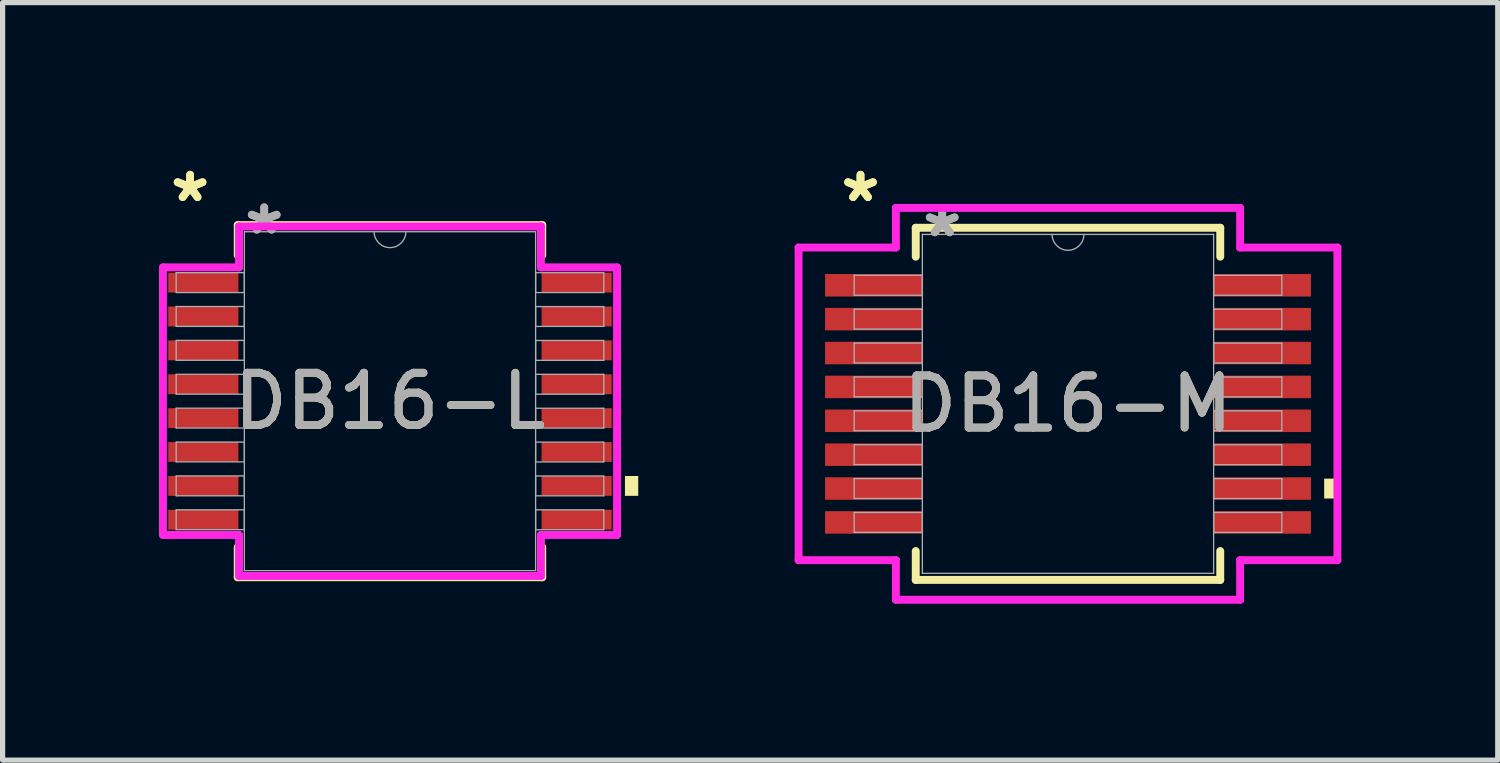
<source format=kicad_pcb>
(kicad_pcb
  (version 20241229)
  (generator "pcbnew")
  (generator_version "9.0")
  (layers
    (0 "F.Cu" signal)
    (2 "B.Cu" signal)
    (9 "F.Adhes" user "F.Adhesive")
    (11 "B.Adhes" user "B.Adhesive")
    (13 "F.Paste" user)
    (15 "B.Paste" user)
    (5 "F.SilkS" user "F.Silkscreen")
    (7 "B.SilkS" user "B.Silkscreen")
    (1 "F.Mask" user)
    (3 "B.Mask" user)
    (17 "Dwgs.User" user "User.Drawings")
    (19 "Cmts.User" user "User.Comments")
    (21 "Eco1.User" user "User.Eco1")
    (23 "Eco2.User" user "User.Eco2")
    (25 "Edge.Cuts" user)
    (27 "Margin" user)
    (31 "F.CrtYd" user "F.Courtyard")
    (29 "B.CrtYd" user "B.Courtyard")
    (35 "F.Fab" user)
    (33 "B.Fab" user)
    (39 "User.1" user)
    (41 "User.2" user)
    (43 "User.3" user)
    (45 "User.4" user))
  (footprint "DB16-L"
    (layer "F.Cu")
    (at 4.432 4.647)
    (property "Reference" "DB16-L" (at 0 0 0) (unlocked yes) (layer "F.SilkS") (effects (font (size 1 1) (thickness 0.15))))
    (attr smd)
    (fp_line (start -2.921 -3.378) (end -2.921 -2.798) (stroke (width 0.152) (type solid)) (layer "F.SilkS"))
    (fp_line (start -2.921 2.798) (end -2.921 3.378) (stroke (width 0.152) (type solid)) (layer "F.SilkS"))
    (fp_line (start -2.921 3.378) (end 2.921 3.378) (stroke (width 0.152) (type solid)) (layer "F.SilkS"))
    (fp_line (start 2.921 -3.378) (end -2.921 -3.378) (stroke (width 0.152) (type solid)) (layer "F.SilkS"))
    (fp_line (start 2.921 -2.798) (end 2.921 -3.378) (stroke (width 0.152) (type solid)) (layer "F.SilkS"))
    (fp_line (start 2.921 3.378) (end 2.921 2.798) (stroke (width 0.152) (type solid)) (layer "F.SilkS"))
    (fp_poly (pts (xy 4.763 1.435) (xy 4.763 1.816) (xy 4.508 1.816) (xy 4.508 1.435)) (stroke (width 0) (type solid)) (fill yes) (layer "F.SilkS"))
    (fp_line (start -4.356 -2.567) (end -2.896 -2.567) (stroke (width 0.152) (type solid)) (layer "F.CrtYd"))
    (fp_line (start -4.356 2.567) (end -4.356 -2.567) (stroke (width 0.152) (type solid)) (layer "F.CrtYd"))
    (fp_line (start -4.356 2.567) (end -2.896 2.567) (stroke (width 0.152) (type solid)) (layer "F.CrtYd"))
    (fp_line (start -2.896 -3.353) (end 2.896 -3.353) (stroke (width 0.152) (type solid)) (layer "F.CrtYd"))
    (fp_line (start -2.896 -2.567) (end -2.896 -3.353) (stroke (width 0.152) (type solid)) (layer "F.CrtYd"))
    (fp_line (start -2.896 3.353) (end -2.896 2.567) (stroke (width 0.152) (type solid)) (layer "F.CrtYd"))
    (fp_line (start 2.896 -3.353) (end 2.896 -2.567) (stroke (width 0.152) (type solid)) (layer "F.CrtYd"))
    (fp_line (start 2.896 2.567) (end 2.896 3.353) (stroke (width 0.152) (type solid)) (layer "F.CrtYd"))
    (fp_line (start 2.896 3.353) (end -2.896 3.353) (stroke (width 0.152) (type solid)) (layer "F.CrtYd"))
    (fp_line (start 4.356 -2.567) (end 2.896 -2.567) (stroke (width 0.152) (type solid)) (layer "F.CrtYd"))
    (fp_line (start 4.356 -2.567) (end 4.356 2.567) (stroke (width 0.152) (type solid)) (layer "F.CrtYd"))
    (fp_line (start 4.356 2.567) (end 2.896 2.567) (stroke (width 0.152) (type solid)) (layer "F.CrtYd"))
    (fp_line (start -4.102 -2.466) (end -4.102 -2.084) (stroke (width 0.025) (type solid)) (layer "F.Fab"))
    (fp_line (start -4.102 -2.084) (end -2.794 -2.084) (stroke (width 0.025) (type solid)) (layer "F.Fab"))
    (fp_line (start -4.102 -1.816) (end -4.102 -1.435) (stroke (width 0.025) (type solid)) (layer "F.Fab"))
    (fp_line (start -4.102 -1.435) (end -2.794 -1.435) (stroke (width 0.025) (type solid)) (layer "F.Fab"))
    (fp_line (start -4.102 -1.166) (end -4.102 -0.785) (stroke (width 0.025) (type solid)) (layer "F.Fab"))
    (fp_line (start -4.102 -0.785) (end -2.794 -0.785) (stroke (width 0.025) (type solid)) (layer "F.Fab"))
    (fp_line (start -4.102 -0.516) (end -4.102 -0.135) (stroke (width 0.025) (type solid)) (layer "F.Fab"))
    (fp_line (start -4.102 -0.135) (end -2.794 -0.135) (stroke (width 0.025) (type solid)) (layer "F.Fab"))
    (fp_line (start -4.102 0.134) (end -4.102 0.515) (stroke (width 0.025) (type solid)) (layer "F.Fab"))
    (fp_line (start -4.102 0.515) (end -2.794 0.515) (stroke (width 0.025) (type solid)) (layer "F.Fab"))
    (fp_line (start -4.102 0.784) (end -4.102 1.165) (stroke (width 0.025) (type solid)) (layer "F.Fab"))
    (fp_line (start -4.102 1.165) (end -2.794 1.165) (stroke (width 0.025) (type solid)) (layer "F.Fab"))
    (fp_line (start -4.102 1.434) (end -4.102 1.815) (stroke (width 0.025) (type solid)) (layer "F.Fab"))
    (fp_line (start -4.102 1.815) (end -2.794 1.815) (stroke (width 0.025) (type solid)) (layer "F.Fab"))
    (fp_line (start -4.102 2.084) (end -4.102 2.465) (stroke (width 0.025) (type solid)) (layer "F.Fab"))
    (fp_line (start -4.102 2.465) (end -2.794 2.465) (stroke (width 0.025) (type solid)) (layer "F.Fab"))
    (fp_line (start -2.794 -3.251) (end -2.794 3.251) (stroke (width 0.025) (type solid)) (layer "F.Fab"))
    (fp_line (start -2.794 -2.466) (end -4.102 -2.466) (stroke (width 0.025) (type solid)) (layer "F.Fab"))
    (fp_line (start -2.794 -2.084) (end -2.794 -2.466) (stroke (width 0.025) (type solid)) (layer "F.Fab"))
    (fp_line (start -2.794 -1.816) (end -4.102 -1.816) (stroke (width 0.025) (type solid)) (layer "F.Fab"))
    (fp_line (start -2.794 -1.435) (end -2.794 -1.816) (stroke (width 0.025) (type solid)) (layer "F.Fab"))
    (fp_line (start -2.794 -1.166) (end -4.102 -1.166) (stroke (width 0.025) (type solid)) (layer "F.Fab"))
    (fp_line (start -2.794 -0.785) (end -2.794 -1.166) (stroke (width 0.025) (type solid)) (layer "F.Fab"))
    (fp_line (start -2.794 -0.516) (end -4.102 -0.516) (stroke (width 0.025) (type solid)) (layer "F.Fab"))
    (fp_line (start -2.794 -0.135) (end -2.794 -0.516) (stroke (width 0.025) (type solid)) (layer "F.Fab"))
    (fp_line (start -2.794 0.134) (end -4.102 0.134) (stroke (width 0.025) (type solid)) (layer "F.Fab"))
    (fp_line (start -2.794 0.515) (end -2.794 0.134) (stroke (width 0.025) (type solid)) (layer "F.Fab"))
    (fp_line (start -2.794 0.784) (end -4.102 0.784) (stroke (width 0.025) (type solid)) (layer "F.Fab"))
    (fp_line (start -2.794 1.165) (end -2.794 0.784) (stroke (width 0.025) (type solid)) (layer "F.Fab"))
    (fp_line (start -2.794 1.434) (end -4.102 1.434) (stroke (width 0.025) (type solid)) (layer "F.Fab"))
    (fp_line (start -2.794 1.815) (end -2.794 1.434) (stroke (width 0.025) (type solid)) (layer "F.Fab"))
    (fp_line (start -2.794 2.084) (end -4.102 2.084) (stroke (width 0.025) (type solid)) (layer "F.Fab"))
    (fp_line (start -2.794 2.465) (end -2.794 2.084) (stroke (width 0.025) (type solid)) (layer "F.Fab"))
    (fp_line (start -2.794 3.251) (end 2.794 3.251) (stroke (width 0.025) (type solid)) (layer "F.Fab"))
    (fp_line (start 2.794 -3.251) (end -2.794 -3.251) (stroke (width 0.025) (type solid)) (layer "F.Fab"))
    (fp_line (start 2.794 -2.465) (end 2.794 -2.084) (stroke (width 0.025) (type solid)) (layer "F.Fab"))
    (fp_line (start 2.794 -2.084) (end 4.102 -2.084) (stroke (width 0.025) (type solid)) (layer "F.Fab"))
    (fp_line (start 2.794 -1.815) (end 2.794 -1.434) (stroke (width 0.025) (type solid)) (layer "F.Fab"))
    (fp_line (start 2.794 -1.434) (end 4.102 -1.434) (stroke (width 0.025) (type solid)) (layer "F.Fab"))
    (fp_line (start 2.794 -1.165) (end 2.794 -0.784) (stroke (width 0.025) (type solid)) (layer "F.Fab"))
    (fp_line (start 2.794 -0.784) (end 4.102 -0.784) (stroke (width 0.025) (type solid)) (layer "F.Fab"))
    (fp_line (start 2.794 -0.515) (end 2.794 -0.134) (stroke (width 0.025) (type solid)) (layer "F.Fab"))
    (fp_line (start 2.794 -0.134) (end 4.102 -0.134) (stroke (width 0.025) (type solid)) (layer "F.Fab"))
    (fp_line (start 2.794 0.135) (end 2.794 0.516) (stroke (width 0.025) (type solid)) (layer "F.Fab"))
    (fp_line (start 2.794 0.516) (end 4.102 0.516) (stroke (width 0.025) (type solid)) (layer "F.Fab"))
    (fp_line (start 2.794 0.785) (end 2.794 1.166) (stroke (width 0.025) (type solid)) (layer "F.Fab"))
    (fp_line (start 2.794 1.166) (end 4.102 1.166) (stroke (width 0.025) (type solid)) (layer "F.Fab"))
    (fp_line (start 2.794 1.435) (end 2.794 1.816) (stroke (width 0.025) (type solid)) (layer "F.Fab"))
    (fp_line (start 2.794 1.816) (end 4.102 1.816) (stroke (width 0.025) (type solid)) (layer "F.Fab"))
    (fp_line (start 2.794 2.084) (end 2.794 2.466) (stroke (width 0.025) (type solid)) (layer "F.Fab"))
    (fp_line (start 2.794 2.466) (end 4.102 2.466) (stroke (width 0.025) (type solid)) (layer "F.Fab"))
    (fp_line (start 2.794 3.251) (end 2.794 -3.251) (stroke (width 0.025) (type solid)) (layer "F.Fab"))
    (fp_line (start 4.102 -2.465) (end 2.794 -2.465) (stroke (width 0.025) (type solid)) (layer "F.Fab"))
    (fp_line (start 4.102 -2.084) (end 4.102 -2.465) (stroke (width 0.025) (type solid)) (layer "F.Fab"))
    (fp_line (start 4.102 -1.815) (end 2.794 -1.815) (stroke (width 0.025) (type solid)) (layer "F.Fab"))
    (fp_line (start 4.102 -1.434) (end 4.102 -1.815) (stroke (width 0.025) (type solid)) (layer "F.Fab"))
    (fp_line (start 4.102 -1.165) (end 2.794 -1.165) (stroke (width 0.025) (type solid)) (layer "F.Fab"))
    (fp_line (start 4.102 -0.784) (end 4.102 -1.165) (stroke (width 0.025) (type solid)) (layer "F.Fab"))
    (fp_line (start 4.102 -0.515) (end 2.794 -0.515) (stroke (width 0.025) (type solid)) (layer "F.Fab"))
    (fp_line (start 4.102 -0.134) (end 4.102 -0.515) (stroke (width 0.025) (type solid)) (layer "F.Fab"))
    (fp_line (start 4.102 0.135) (end 2.794 0.135) (stroke (width 0.025) (type solid)) (layer "F.Fab"))
    (fp_line (start 4.102 0.516) (end 4.102 0.135) (stroke (width 0.025) (type solid)) (layer "F.Fab"))
    (fp_line (start 4.102 0.785) (end 2.794 0.785) (stroke (width 0.025) (type solid)) (layer "F.Fab"))
    (fp_line (start 4.102 1.166) (end 4.102 0.785) (stroke (width 0.025) (type solid)) (layer "F.Fab"))
    (fp_line (start 4.102 1.435) (end 2.794 1.435) (stroke (width 0.025) (type solid)) (layer "F.Fab"))
    (fp_line (start 4.102 1.816) (end 4.102 1.435) (stroke (width 0.025) (type solid)) (layer "F.Fab"))
    (fp_line (start 4.102 2.084) (end 2.794 2.084) (stroke (width 0.025) (type solid)) (layer "F.Fab"))
    (fp_line (start 4.102 2.466) (end 4.102 2.084) (stroke (width 0.025) (type solid)) (layer "F.Fab"))
    (fp_arc (start 0.3048 -3.2512) (mid 0 -2.9464) (end -0.3048 -3.2512) (stroke (width 0.0254) (type solid)) (layer "F.Fab"))
    (fp_text user "*" (at -3.835 -3.799 0) (layer "F.SilkS") (effects (font (size 1 1) (thickness 0.15))))
    (fp_text user "*" (at -3.835 -3.799 0) (unlocked yes) (layer "F.SilkS") (effects (font (size 1 1) (thickness 0.15))))
    (fp_text user "*" (at -2.413 -3.175 0) (layer "F.Fab") (effects (font (size 1 1) (thickness 0.15))))
    (fp_text user "${REFERENCE}" (at 0 0 0) (unlocked yes) (layer "F.Fab") (effects (font (size 1 1) (thickness 0.15))))
    (fp_text user "*" (at -2.413 -3.175 0) (unlocked yes) (layer "F.Fab") (effects (font (size 1 1) (thickness 0.15))))
    (pad "1" smd rect (at -3.581 -2.275) (size 1.346 0.381) (layers "F.Cu" "F.Mask" "F.Paste"))
    (pad "2" smd rect (at -3.581 -1.625) (size 1.346 0.381) (layers "F.Cu" "F.Mask" "F.Paste"))
    (pad "3" smd rect (at -3.581 -0.975) (size 1.346 0.381) (layers "F.Cu" "F.Mask" "F.Paste"))
    (pad "4" smd rect (at -3.581 -0.325) (size 1.346 0.381) (layers "F.Cu" "F.Mask" "F.Paste"))
    (pad "5" smd rect (at -3.581 0.325) (size 1.346 0.381) (layers "F.Cu" "F.Mask" "F.Paste"))
    (pad "6" smd rect (at -3.581 0.975) (size 1.346 0.381) (layers "F.Cu" "F.Mask" "F.Paste"))
    (pad "7" smd rect (at -3.581 1.625) (size 1.346 0.381) (layers "F.Cu" "F.Mask" "F.Paste"))
    (pad "8" smd rect (at -3.581 2.275) (size 1.346 0.381) (layers "F.Cu" "F.Mask" "F.Paste"))
    (pad "9" smd rect (at 3.581 2.275) (size 1.346 0.381) (layers "F.Cu" "F.Mask" "F.Paste"))
    (pad "10" smd rect (at 3.581 1.625) (size 1.346 0.381) (layers "F.Cu" "F.Mask" "F.Paste"))
    (pad "11" smd rect (at 3.581 0.975) (size 1.346 0.381) (layers "F.Cu" "F.Mask" "F.Paste"))
    (pad "12" smd rect (at 3.581 0.325) (size 1.346 0.381) (layers "F.Cu" "F.Mask" "F.Paste"))
    (pad "13" smd rect (at 3.581 -0.325) (size 1.346 0.381) (layers "F.Cu" "F.Mask" "F.Paste"))
    (pad "14" smd rect (at 3.581 -0.975) (size 1.346 0.381) (layers "F.Cu" "F.Mask" "F.Paste"))
    (pad "15" smd rect (at 3.581 -1.625) (size 1.346 0.381) (layers "F.Cu" "F.Mask" "F.Paste"))
    (pad "16" smd rect (at 3.581 -2.275) (size 1.346 0.381) (layers "F.Cu" "F.Mask" "F.Paste")))
  (footprint "DB16-M"
    (layer "F.Cu")
    (at 17.44 4.698)
    (property "Reference" "DB16-M" (at 0 0 0) (unlocked yes) (layer "F.SilkS") (effects (font (size 1 1) (thickness 0.15))))
    (attr smd)
    (fp_line (start -2.921 -3.378) (end -2.921 -2.824) (stroke (width 0.152) (type solid)) (layer "F.SilkS"))
    (fp_line (start -2.921 2.824) (end -2.921 3.378) (stroke (width 0.152) (type solid)) (layer "F.SilkS"))
    (fp_line (start -2.921 3.378) (end 2.921 3.378) (stroke (width 0.152) (type solid)) (layer "F.SilkS"))
    (fp_line (start 2.921 -3.378) (end -2.921 -3.378) (stroke (width 0.152) (type solid)) (layer "F.SilkS"))
    (fp_line (start 2.921 -2.824) (end 2.921 -3.378) (stroke (width 0.152) (type solid)) (layer "F.SilkS"))
    (fp_line (start 2.921 3.378) (end 2.921 2.824) (stroke (width 0.152) (type solid)) (layer "F.SilkS"))
    (fp_poly (pts (xy 5.169 1.435) (xy 5.169 1.816) (xy 4.915 1.816) (xy 4.915 1.435)) (stroke (width 0) (type solid)) (fill yes) (layer "F.SilkS"))
    (fp_line (start -5.169 -2.999) (end -3.302 -2.999) (stroke (width 0.152) (type solid)) (layer "F.CrtYd"))
    (fp_line (start -5.169 2.999) (end -5.169 -2.999) (stroke (width 0.152) (type solid)) (layer "F.CrtYd"))
    (fp_line (start -5.169 2.999) (end -3.302 2.999) (stroke (width 0.152) (type solid)) (layer "F.CrtYd"))
    (fp_line (start -3.302 -3.759) (end 3.302 -3.759) (stroke (width 0.152) (type solid)) (layer "F.CrtYd"))
    (fp_line (start -3.302 -2.999) (end -3.302 -3.759) (stroke (width 0.152) (type solid)) (layer "F.CrtYd"))
    (fp_line (start -3.302 3.759) (end -3.302 2.999) (stroke (width 0.152) (type solid)) (layer "F.CrtYd"))
    (fp_line (start 3.302 -3.759) (end 3.302 -2.999) (stroke (width 0.152) (type solid)) (layer "F.CrtYd"))
    (fp_line (start 3.302 2.999) (end 3.302 3.759) (stroke (width 0.152) (type solid)) (layer "F.CrtYd"))
    (fp_line (start 3.302 3.759) (end -3.302 3.759) (stroke (width 0.152) (type solid)) (layer "F.CrtYd"))
    (fp_line (start 5.169 -2.999) (end 3.302 -2.999) (stroke (width 0.152) (type solid)) (layer "F.CrtYd"))
    (fp_line (start 5.169 -2.999) (end 5.169 2.999) (stroke (width 0.152) (type solid)) (layer "F.CrtYd"))
    (fp_line (start 5.169 2.999) (end 3.302 2.999) (stroke (width 0.152) (type solid)) (layer "F.CrtYd"))
    (fp_line (start -4.102 -2.466) (end -4.102 -2.084) (stroke (width 0.025) (type solid)) (layer "F.Fab"))
    (fp_line (start -4.102 -2.084) (end -2.794 -2.084) (stroke (width 0.025) (type solid)) (layer "F.Fab"))
    (fp_line (start -4.102 -1.816) (end -4.102 -1.435) (stroke (width 0.025) (type solid)) (layer "F.Fab"))
    (fp_line (start -4.102 -1.435) (end -2.794 -1.435) (stroke (width 0.025) (type solid)) (layer "F.Fab"))
    (fp_line (start -4.102 -1.166) (end -4.102 -0.785) (stroke (width 0.025) (type solid)) (layer "F.Fab"))
    (fp_line (start -4.102 -0.785) (end -2.794 -0.785) (stroke (width 0.025) (type solid)) (layer "F.Fab"))
    (fp_line (start -4.102 -0.516) (end -4.102 -0.135) (stroke (width 0.025) (type solid)) (layer "F.Fab"))
    (fp_line (start -4.102 -0.135) (end -2.794 -0.135) (stroke (width 0.025) (type solid)) (layer "F.Fab"))
    (fp_line (start -4.102 0.134) (end -4.102 0.515) (stroke (width 0.025) (type solid)) (layer "F.Fab"))
    (fp_line (start -4.102 0.515) (end -2.794 0.515) (stroke (width 0.025) (type solid)) (layer "F.Fab"))
    (fp_line (start -4.102 0.784) (end -4.102 1.165) (stroke (width 0.025) (type solid)) (layer "F.Fab"))
    (fp_line (start -4.102 1.165) (end -2.794 1.165) (stroke (width 0.025) (type solid)) (layer "F.Fab"))
    (fp_line (start -4.102 1.434) (end -4.102 1.815) (stroke (width 0.025) (type solid)) (layer "F.Fab"))
    (fp_line (start -4.102 1.815) (end -2.794 1.815) (stroke (width 0.025) (type solid)) (layer "F.Fab"))
    (fp_line (start -4.102 2.084) (end -4.102 2.465) (stroke (width 0.025) (type solid)) (layer "F.Fab"))
    (fp_line (start -4.102 2.465) (end -2.794 2.465) (stroke (width 0.025) (type solid)) (layer "F.Fab"))
    (fp_line (start -2.794 -3.251) (end -2.794 3.251) (stroke (width 0.025) (type solid)) (layer "F.Fab"))
    (fp_line (start -2.794 -2.466) (end -4.102 -2.466) (stroke (width 0.025) (type solid)) (layer "F.Fab"))
    (fp_line (start -2.794 -2.084) (end -2.794 -2.466) (stroke (width 0.025) (type solid)) (layer "F.Fab"))
    (fp_line (start -2.794 -1.816) (end -4.102 -1.816) (stroke (width 0.025) (type solid)) (layer "F.Fab"))
    (fp_line (start -2.794 -1.435) (end -2.794 -1.816) (stroke (width 0.025) (type solid)) (layer "F.Fab"))
    (fp_line (start -2.794 -1.166) (end -4.102 -1.166) (stroke (width 0.025) (type solid)) (layer "F.Fab"))
    (fp_line (start -2.794 -0.785) (end -2.794 -1.166) (stroke (width 0.025) (type solid)) (layer "F.Fab"))
    (fp_line (start -2.794 -0.516) (end -4.102 -0.516) (stroke (width 0.025) (type solid)) (layer "F.Fab"))
    (fp_line (start -2.794 -0.135) (end -2.794 -0.516) (stroke (width 0.025) (type solid)) (layer "F.Fab"))
    (fp_line (start -2.794 0.134) (end -4.102 0.134) (stroke (width 0.025) (type solid)) (layer "F.Fab"))
    (fp_line (start -2.794 0.515) (end -2.794 0.134) (stroke (width 0.025) (type solid)) (layer "F.Fab"))
    (fp_line (start -2.794 0.784) (end -4.102 0.784) (stroke (width 0.025) (type solid)) (layer "F.Fab"))
    (fp_line (start -2.794 1.165) (end -2.794 0.784) (stroke (width 0.025) (type solid)) (layer "F.Fab"))
    (fp_line (start -2.794 1.434) (end -4.102 1.434) (stroke (width 0.025) (type solid)) (layer "F.Fab"))
    (fp_line (start -2.794 1.815) (end -2.794 1.434) (stroke (width 0.025) (type solid)) (layer "F.Fab"))
    (fp_line (start -2.794 2.084) (end -4.102 2.084) (stroke (width 0.025) (type solid)) (layer "F.Fab"))
    (fp_line (start -2.794 2.465) (end -2.794 2.084) (stroke (width 0.025) (type solid)) (layer "F.Fab"))
    (fp_line (start -2.794 3.251) (end 2.794 3.251) (stroke (width 0.025) (type solid)) (layer "F.Fab"))
    (fp_line (start 2.794 -3.251) (end -2.794 -3.251) (stroke (width 0.025) (type solid)) (layer "F.Fab"))
    (fp_line (start 2.794 -2.465) (end 2.794 -2.084) (stroke (width 0.025) (type solid)) (layer "F.Fab"))
    (fp_line (start 2.794 -2.084) (end 4.102 -2.084) (stroke (width 0.025) (type solid)) (layer "F.Fab"))
    (fp_line (start 2.794 -1.815) (end 2.794 -1.434) (stroke (width 0.025) (type solid)) (layer "F.Fab"))
    (fp_line (start 2.794 -1.434) (end 4.102 -1.434) (stroke (width 0.025) (type solid)) (layer "F.Fab"))
    (fp_line (start 2.794 -1.165) (end 2.794 -0.784) (stroke (width 0.025) (type solid)) (layer "F.Fab"))
    (fp_line (start 2.794 -0.784) (end 4.102 -0.784) (stroke (width 0.025) (type solid)) (layer "F.Fab"))
    (fp_line (start 2.794 -0.515) (end 2.794 -0.134) (stroke (width 0.025) (type solid)) (layer "F.Fab"))
    (fp_line (start 2.794 -0.134) (end 4.102 -0.134) (stroke (width 0.025) (type solid)) (layer "F.Fab"))
    (fp_line (start 2.794 0.135) (end 2.794 0.516) (stroke (width 0.025) (type solid)) (layer "F.Fab"))
    (fp_line (start 2.794 0.516) (end 4.102 0.516) (stroke (width 0.025) (type solid)) (layer "F.Fab"))
    (fp_line (start 2.794 0.785) (end 2.794 1.166) (stroke (width 0.025) (type solid)) (layer "F.Fab"))
    (fp_line (start 2.794 1.166) (end 4.102 1.166) (stroke (width 0.025) (type solid)) (layer "F.Fab"))
    (fp_line (start 2.794 1.435) (end 2.794 1.816) (stroke (width 0.025) (type solid)) (layer "F.Fab"))
    (fp_line (start 2.794 1.816) (end 4.102 1.816) (stroke (width 0.025) (type solid)) (layer "F.Fab"))
    (fp_line (start 2.794 2.084) (end 2.794 2.466) (stroke (width 0.025) (type solid)) (layer "F.Fab"))
    (fp_line (start 2.794 2.466) (end 4.102 2.466) (stroke (width 0.025) (type solid)) (layer "F.Fab"))
    (fp_line (start 2.794 3.251) (end 2.794 -3.251) (stroke (width 0.025) (type solid)) (layer "F.Fab"))
    (fp_line (start 4.102 -2.465) (end 2.794 -2.465) (stroke (width 0.025) (type solid)) (layer "F.Fab"))
    (fp_line (start 4.102 -2.084) (end 4.102 -2.465) (stroke (width 0.025) (type solid)) (layer "F.Fab"))
    (fp_line (start 4.102 -1.815) (end 2.794 -1.815) (stroke (width 0.025) (type solid)) (layer "F.Fab"))
    (fp_line (start 4.102 -1.434) (end 4.102 -1.815) (stroke (width 0.025) (type solid)) (layer "F.Fab"))
    (fp_line (start 4.102 -1.165) (end 2.794 -1.165) (stroke (width 0.025) (type solid)) (layer "F.Fab"))
    (fp_line (start 4.102 -0.784) (end 4.102 -1.165) (stroke (width 0.025) (type solid)) (layer "F.Fab"))
    (fp_line (start 4.102 -0.515) (end 2.794 -0.515) (stroke (width 0.025) (type solid)) (layer "F.Fab"))
    (fp_line (start 4.102 -0.134) (end 4.102 -0.515) (stroke (width 0.025) (type solid)) (layer "F.Fab"))
    (fp_line (start 4.102 0.135) (end 2.794 0.135) (stroke (width 0.025) (type solid)) (layer "F.Fab"))
    (fp_line (start 4.102 0.516) (end 4.102 0.135) (stroke (width 0.025) (type solid)) (layer "F.Fab"))
    (fp_line (start 4.102 0.785) (end 2.794 0.785) (stroke (width 0.025) (type solid)) (layer "F.Fab"))
    (fp_line (start 4.102 1.166) (end 4.102 0.785) (stroke (width 0.025) (type solid)) (layer "F.Fab"))
    (fp_line (start 4.102 1.435) (end 2.794 1.435) (stroke (width 0.025) (type solid)) (layer "F.Fab"))
    (fp_line (start 4.102 1.816) (end 4.102 1.435) (stroke (width 0.025) (type solid)) (layer "F.Fab"))
    (fp_line (start 4.102 2.084) (end 2.794 2.084) (stroke (width 0.025) (type solid)) (layer "F.Fab"))
    (fp_line (start 4.102 2.466) (end 4.102 2.084) (stroke (width 0.025) (type solid)) (layer "F.Fab"))
    (fp_arc (start 0.3048 -3.2512) (mid 0 -2.9464) (end -0.3048 -3.2512) (stroke (width 0.0254) (type solid)) (layer "F.Fab"))
    (fp_text user "*" (at -3.981 -3.85 0) (unlocked yes) (layer "F.SilkS") (effects (font (size 1 1) (thickness 0.15))))
    (fp_text user "*" (at -3.981 -3.85 0) (layer "F.SilkS") (effects (font (size 1 1) (thickness 0.15))))
    (fp_text user "${REFERENCE}" (at 0 0 0) (unlocked yes) (layer "F.Fab") (effects (font (size 1 1) (thickness 0.15))))
    (fp_text user "*" (at -2.413 -3.175 0) (layer "F.Fab") (effects (font (size 1 1) (thickness 0.15))))
    (fp_text user "*" (at -2.413 -3.175 0) (unlocked yes) (layer "F.Fab") (effects (font (size 1 1) (thickness 0.15))))
    (pad "1" smd rect (at -3.727 -2.275) (size 1.867 0.432) (layers "F.Cu" "F.Mask" "F.Paste"))
    (pad "2" smd rect (at -3.727 -1.625) (size 1.867 0.432) (layers "F.Cu" "F.Mask" "F.Paste"))
    (pad "3" smd rect (at -3.727 -0.975) (size 1.867 0.432) (layers "F.Cu" "F.Mask" "F.Paste"))
    (pad "4" smd rect (at -3.727 -0.325) (size 1.867 0.432) (layers "F.Cu" "F.Mask" "F.Paste"))
    (pad "5" smd rect (at -3.727 0.325) (size 1.867 0.432) (layers "F.Cu" "F.Mask" "F.Paste"))
    (pad "6" smd rect (at -3.727 0.975) (size 1.867 0.432) (layers "F.Cu" "F.Mask" "F.Paste"))
    (pad "7" smd rect (at -3.727 1.625) (size 1.867 0.432) (layers "F.Cu" "F.Mask" "F.Paste"))
    (pad "8" smd rect (at -3.727 2.275) (size 1.867 0.432) (layers "F.Cu" "F.Mask" "F.Paste"))
    (pad "9" smd rect (at 3.727 2.275) (size 1.867 0.432) (layers "F.Cu" "F.Mask" "F.Paste"))
    (pad "10" smd rect (at 3.727 1.625) (size 1.867 0.432) (layers "F.Cu" "F.Mask" "F.Paste"))
    (pad "11" smd rect (at 3.727 0.975) (size 1.867 0.432) (layers "F.Cu" "F.Mask" "F.Paste"))
    (pad "12" smd rect (at 3.727 0.325) (size 1.867 0.432) (layers "F.Cu" "F.Mask" "F.Paste"))
    (pad "13" smd rect (at 3.727 -0.325) (size 1.867 0.432) (layers "F.Cu" "F.Mask" "F.Paste"))
    (pad "14" smd rect (at 3.727 -0.975) (size 1.867 0.432) (layers "F.Cu" "F.Mask" "F.Paste"))
    (pad "15" smd rect (at 3.727 -1.625) (size 1.867 0.432) (layers "F.Cu" "F.Mask" "F.Paste"))
    (pad "16" smd rect (at 3.727 -2.275) (size 1.867 0.432) (layers "F.Cu" "F.Mask" "F.Paste")))
  (gr_rect
    (start -3 -3)
    (end 25.685 11.533)
    (stroke (width 0.1) (type default))
    (fill no)
    (layer "Edge.Cuts")))
</source>
